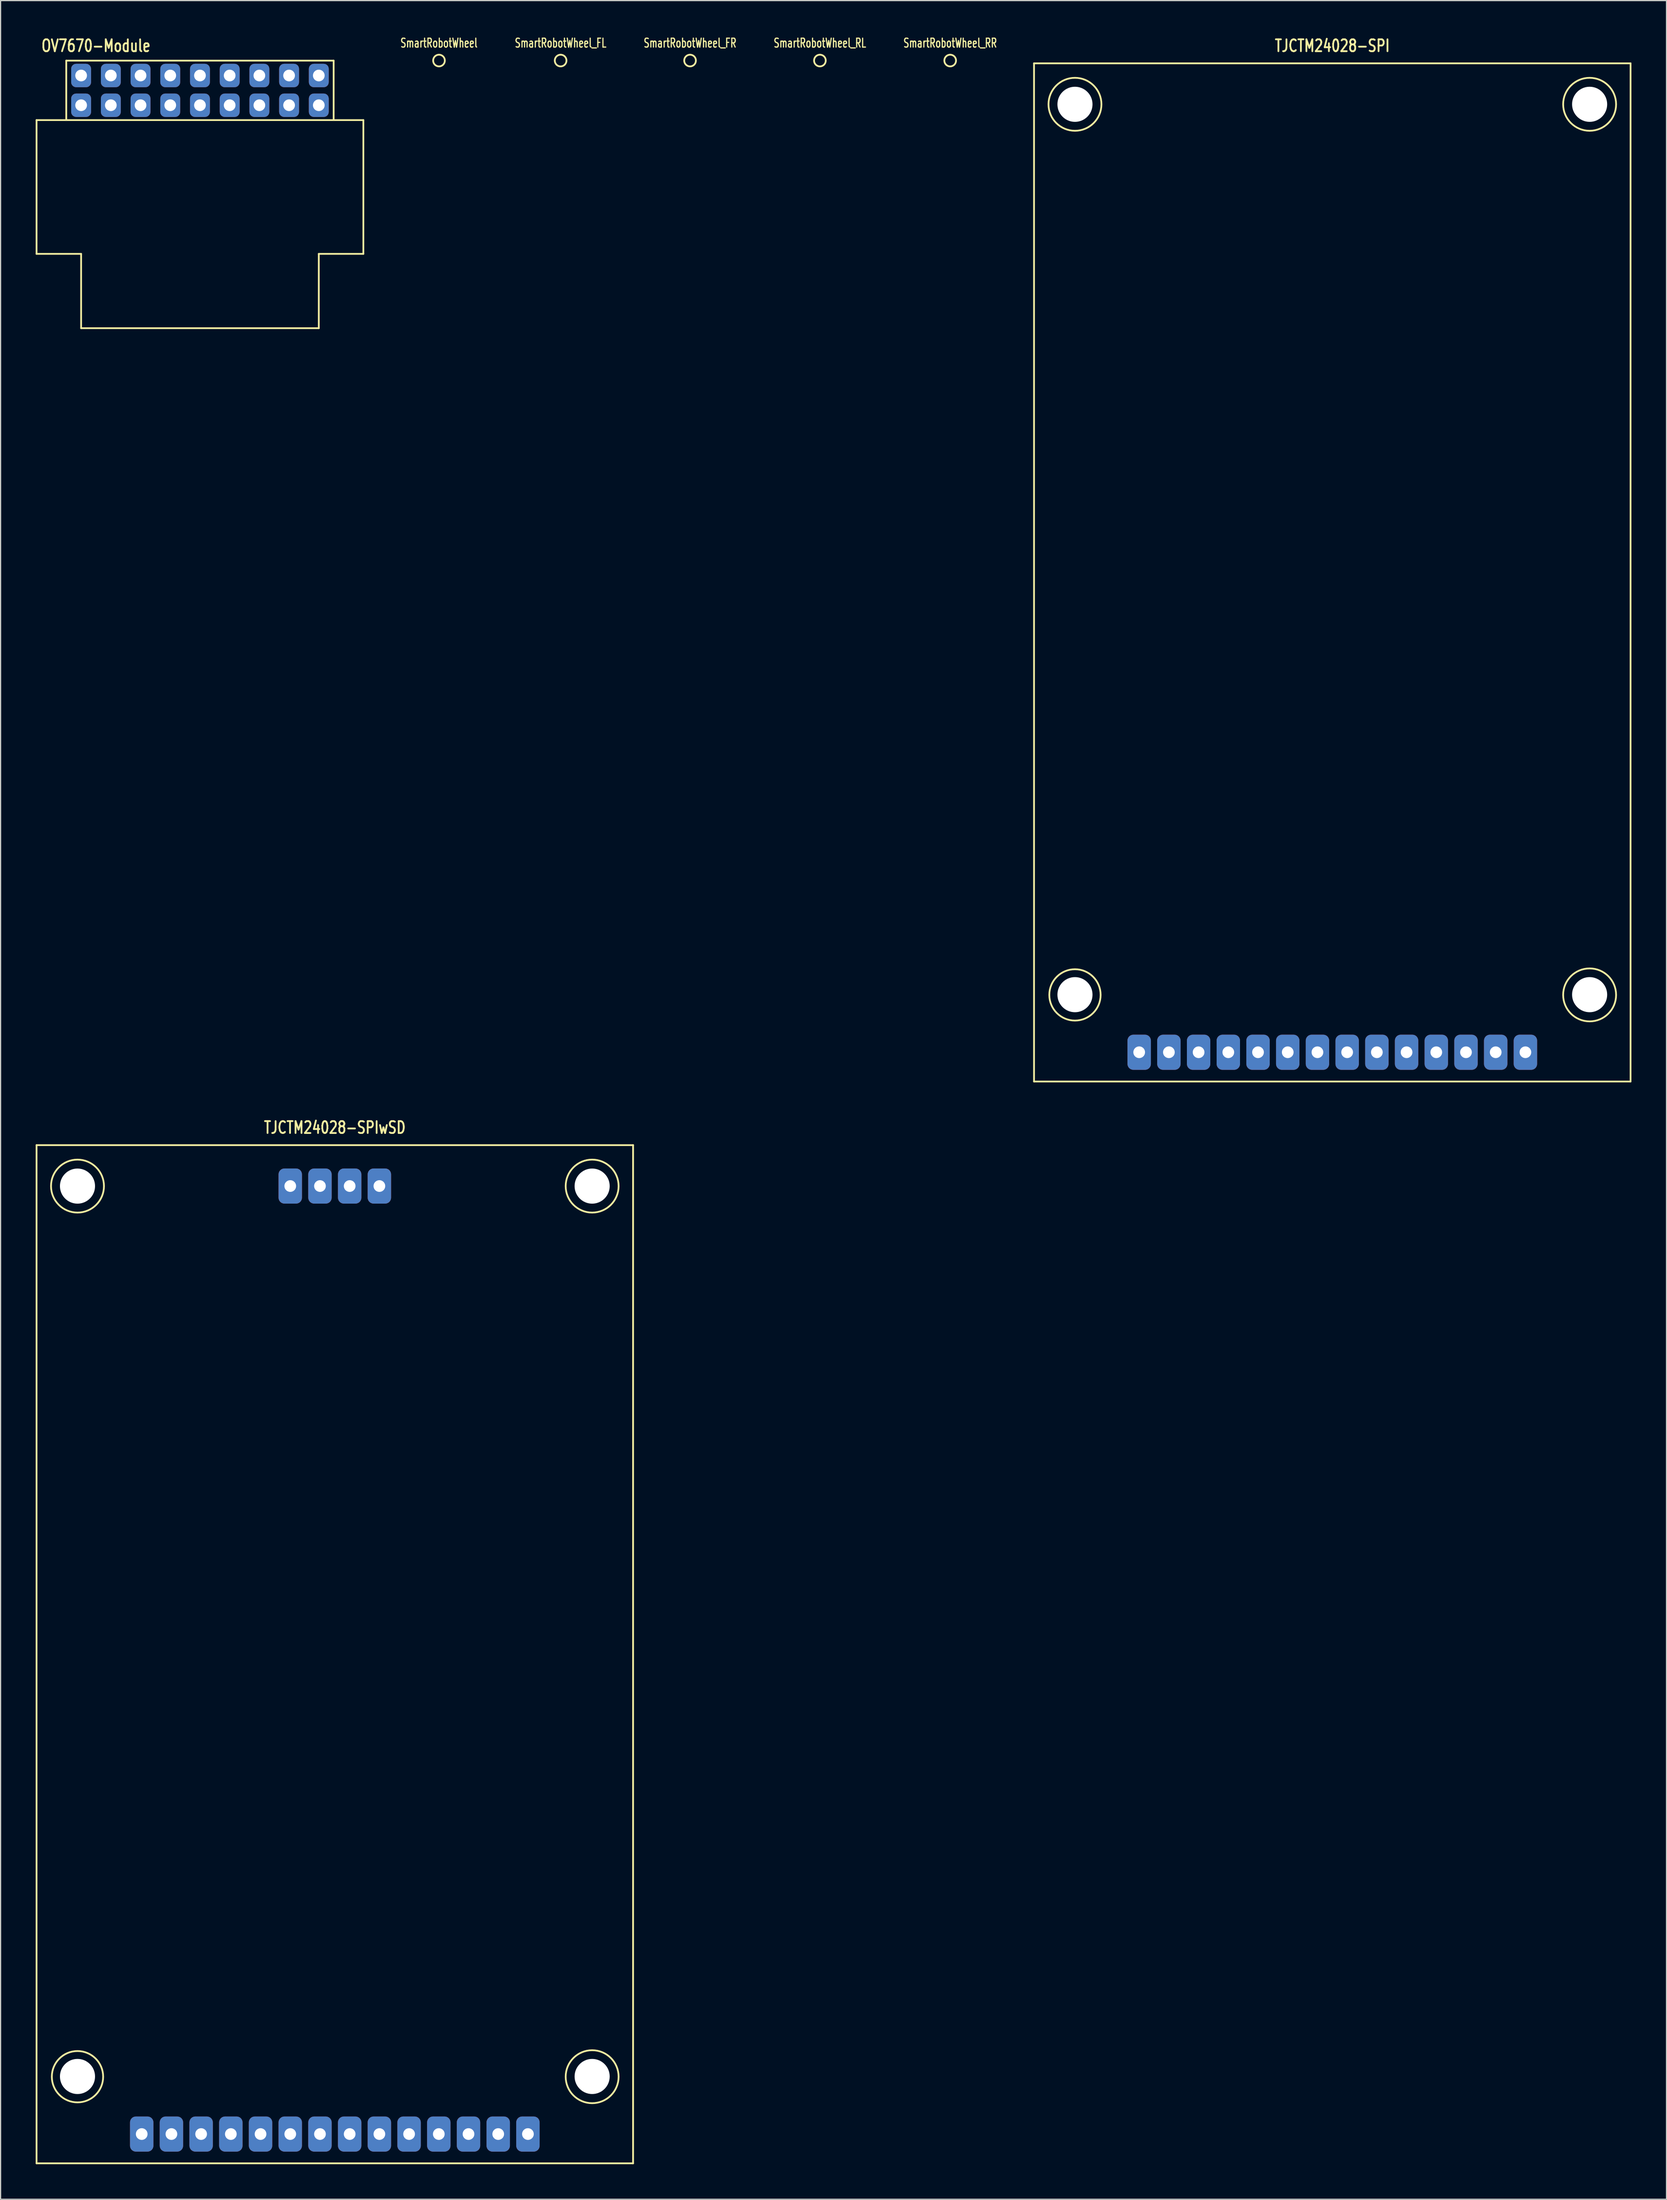
<source format=kicad_pcb>
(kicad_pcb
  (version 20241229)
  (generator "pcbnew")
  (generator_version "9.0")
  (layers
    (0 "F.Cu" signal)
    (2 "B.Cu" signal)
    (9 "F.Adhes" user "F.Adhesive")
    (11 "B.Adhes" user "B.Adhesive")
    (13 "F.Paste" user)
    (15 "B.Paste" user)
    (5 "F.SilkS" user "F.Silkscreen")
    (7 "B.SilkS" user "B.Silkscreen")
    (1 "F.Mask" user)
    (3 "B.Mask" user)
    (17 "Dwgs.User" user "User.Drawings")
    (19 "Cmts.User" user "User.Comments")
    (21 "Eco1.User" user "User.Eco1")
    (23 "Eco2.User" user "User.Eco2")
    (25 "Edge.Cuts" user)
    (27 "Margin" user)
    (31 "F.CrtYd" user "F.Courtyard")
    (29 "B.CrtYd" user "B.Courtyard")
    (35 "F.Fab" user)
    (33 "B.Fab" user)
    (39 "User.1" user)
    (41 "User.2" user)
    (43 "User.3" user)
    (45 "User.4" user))
  (footprint "SmartRobotWheel_RR"
    (layer "F.Cu")
    (at 78.186 2.124)
    (property "Reference" "SmartRobotWheel_RR" (at 0 -1.5 0) (layer "F.SilkS") (effects (font (size 0.762 0.508) (thickness 0.102))))
    (attr through_hole)
    (fp_circle (center 0 0) (end 0.5 0) (stroke (width 0.15) (type solid)) (fill no) (layer "F.SilkS")))
  (footprint "SmartRobotWheel_FR"
    (layer "F.Cu")
    (at 55.946 2.124)
    (property "Reference" "SmartRobotWheel_FR" (at 0 -1.5 0) (layer "F.SilkS") (effects (font (size 0.762 0.508) (thickness 0.102))))
    (attr through_hole)
    (fp_circle (center 0 0) (end 0.5 0) (stroke (width 0.15) (type solid)) (fill no) (layer "F.SilkS")))
  (footprint "TJCTM24028-SPIwSD"
    (layer "F.Cu")
    (at 25.575 138.299)
    (property "Reference" "TJCTM24028-SPIwSD" (at 0 -45 0) (layer "F.SilkS") (effects (font (size 1.016 0.762) (thickness 0.152))))
    (attr through_hole)
    (fp_line (start -25.5 -43.5) (end 25.5 -43.5) (stroke (width 0.15) (type solid)) (layer "F.SilkS"))
    (fp_line (start -25.5 43.5) (end -25.5 -43.5) (stroke (width 0.15) (type solid)) (layer "F.SilkS"))
    (fp_line (start 25.5 -43.5) (end 25.5 43.5) (stroke (width 0.15) (type solid)) (layer "F.SilkS"))
    (fp_line (start 25.5 43.5) (end -25.5 43.5) (stroke (width 0.15) (type solid)) (layer "F.SilkS"))
    (fp_circle (center -22 -40) (end -20.4 -41.6) (stroke (width 0.15) (type solid)) (fill no) (layer "F.SilkS"))
    (fp_circle (center -22 36.1) (end -20.5 34.5) (stroke (width 0.15) (type solid)) (fill no) (layer "F.SilkS"))
    (fp_circle (center 22 -40) (end 23.6 -41.6) (stroke (width 0.15) (type solid)) (fill no) (layer "F.SilkS"))
    (fp_circle (center 22 36.1) (end 23.6 34.5) (stroke (width 0.15) (type solid)) (fill no) (layer "F.SilkS"))
    (fp_line (start -25 -43) (end 25 -43) (stroke (width 0.15) (type solid)) (layer "Margin"))
    (fp_line (start -25 -36.6) (end 25 -36.6) (stroke (width 0.15) (type solid)) (layer "Margin"))
    (fp_line (start -25 32.6) (end 25 32.6) (stroke (width 0.15) (type solid)) (layer "Margin"))
    (fp_line (start -25 43) (end -25 -43) (stroke (width 0.15) (type solid)) (layer "Margin"))
    (fp_line (start 25 -43) (end 25 43) (stroke (width 0.15) (type solid)) (layer "Margin"))
    (fp_line (start 25 43) (end -25 43) (stroke (width 0.15) (type solid)) (layer "Margin"))
    (pad "" np_thru_hole circle (at -22 -40) (size 3 3) (drill 3) (layers "*.Cu" "*.Mask"))
    (pad "" np_thru_hole circle (at -22 36.08) (size 3 3) (drill 3) (layers "*.Cu" "*.Mask"))
    (pad "" np_thru_hole circle (at 22 -40) (size 3 3) (drill 3) (layers "*.Cu" "*.Mask"))
    (pad "" np_thru_hole circle (at 22 36.08) (size 3 3) (drill 3) (layers "*.Cu" "*.Mask"))
    (pad "1" thru_hole roundrect (at -16.51 41) (size 2 3) (drill 1) (layers "*.Cu" "*.Mask") (roundrect_rratio 0.25))
    (pad "2" thru_hole roundrect (at -13.97 41) (size 2 3) (drill 1) (layers "*.Cu" "*.Mask") (roundrect_rratio 0.25))
    (pad "3" thru_hole roundrect (at -11.43 41) (size 2 3) (drill 1) (layers "*.Cu" "*.Mask") (roundrect_rratio 0.25))
    (pad "4" thru_hole roundrect (at -8.89 41) (size 2 3) (drill 1) (layers "*.Cu" "*.Mask") (roundrect_rratio 0.25))
    (pad "5" thru_hole roundrect (at -6.35 41) (size 2 3) (drill 1) (layers "*.Cu" "*.Mask") (roundrect_rratio 0.25))
    (pad "6" thru_hole roundrect (at -3.81 41) (size 2 3) (drill 1) (layers "*.Cu" "*.Mask") (roundrect_rratio 0.25))
    (pad "7" thru_hole roundrect (at -1.27 41) (size 2 3) (drill 1) (layers "*.Cu" "*.Mask") (roundrect_rratio 0.25))
    (pad "8" thru_hole roundrect (at 1.27 41) (size 2 3) (drill 1) (layers "*.Cu" "*.Mask") (roundrect_rratio 0.25))
    (pad "9" thru_hole roundrect (at 3.81 41) (size 2 3) (drill 1) (layers "*.Cu" "*.Mask") (roundrect_rratio 0.25))
    (pad "10" thru_hole roundrect (at 6.35 41) (size 2 3) (drill 1) (layers "*.Cu" "*.Mask") (roundrect_rratio 0.25))
    (pad "11" thru_hole roundrect (at 8.89 41) (size 2 3) (drill 1) (layers "*.Cu" "*.Mask") (roundrect_rratio 0.25))
    (pad "12" thru_hole roundrect (at 11.43 41) (size 2 3) (drill 1) (layers "*.Cu" "*.Mask") (roundrect_rratio 0.25))
    (pad "13" thru_hole roundrect (at 13.97 41) (size 2 3) (drill 1) (layers "*.Cu" "*.Mask") (roundrect_rratio 0.25))
    (pad "14" thru_hole roundrect (at 16.51 41) (size 2 3) (drill 1) (layers "*.Cu" "*.Mask") (roundrect_rratio 0.25))
    (pad "15" thru_hole roundrect (at 3.81 -40.005) (size 2 3) (drill 1) (layers "*.Cu" "*.Mask") (roundrect_rratio 0.25))
    (pad "16" thru_hole roundrect (at 1.27 -40.005) (size 2 3) (drill 1) (layers "*.Cu" "*.Mask") (roundrect_rratio 0.25))
    (pad "17" thru_hole roundrect (at -1.27 -40.005) (size 2 3) (drill 1) (layers "*.Cu" "*.Mask") (roundrect_rratio 0.25))
    (pad "18" thru_hole roundrect (at -3.81 -40.005) (size 2 3) (drill 1) (layers "*.Cu" "*.Mask") (roundrect_rratio 0.25)))
  (footprint "SmartRobotWheel"
    (layer "F.Cu")
    (at 34.482 2.124)
    (property "Reference" "SmartRobotWheel" (at 0 -1.5 0) (layer "F.SilkS") (effects (font (size 0.762 0.508) (thickness 0.102))))
    (attr through_hole)
    (fp_circle (center 0 0) (end 0.5 0) (stroke (width 0.15) (type solid)) (fill no) (layer "F.SilkS")))
  (footprint "SmartRobotWheel_FL"
    (layer "F.Cu")
    (at 44.881 2.124)
    (property "Reference" "SmartRobotWheel_FL" (at 0 -1.5 0) (layer "F.SilkS") (effects (font (size 0.762 0.508) (thickness 0.102))))
    (attr through_hole)
    (fp_circle (center 0 0) (end 0.5 0) (stroke (width 0.15) (type solid)) (fill no) (layer "F.SilkS")))
  (footprint "OV7670-Module"
    (layer "F.Cu")
    (at 14.045 4.672)
    (property "Reference" "OV7670-Module" (at -8.89 -3.81 0) (layer "F.SilkS") (effects (font (size 1.016 0.762) (thickness 0.152))))
    (attr through_hole)
    (fp_line (start -13.97 13.97) (end -13.97 2.54) (stroke (width 0.15) (type solid)) (layer "F.SilkS"))
    (fp_line (start -13.97 13.97) (end -10.16 13.97) (stroke (width 0.15) (type solid)) (layer "F.SilkS"))
    (fp_line (start -11.43 -2.54) (end -11.43 2.54) (stroke (width 0.15) (type solid)) (layer "F.SilkS"))
    (fp_line (start -11.43 2.54) (end -13.97 2.54) (stroke (width 0.15) (type solid)) (layer "F.SilkS"))
    (fp_line (start -11.43 2.54) (end 11.43 2.54) (stroke (width 0.15) (type solid)) (layer "F.SilkS"))
    (fp_line (start -10.16 13.97) (end -10.16 20.32) (stroke (width 0.15) (type solid)) (layer "F.SilkS"))
    (fp_line (start -10.16 20.32) (end 10.16 20.32) (stroke (width 0.15) (type solid)) (layer "F.SilkS"))
    (fp_line (start 10.16 13.97) (end 13.97 13.97) (stroke (width 0.15) (type solid)) (layer "F.SilkS"))
    (fp_line (start 10.16 20.32) (end 10.16 13.97) (stroke (width 0.15) (type solid)) (layer "F.SilkS"))
    (fp_line (start 11.43 -2.54) (end -11.43 -2.54) (stroke (width 0.15) (type solid)) (layer "F.SilkS"))
    (fp_line (start 11.43 2.54) (end 11.43 -2.54) (stroke (width 0.15) (type solid)) (layer "F.SilkS"))
    (fp_line (start 11.43 2.54) (end 13.97 2.54) (stroke (width 0.15) (type solid)) (layer "F.SilkS"))
    (fp_line (start 13.97 13.97) (end 13.97 2.54) (stroke (width 0.15) (type solid)) (layer "F.SilkS"))
    (pad "1" thru_hole roundrect (at -10.16 -1.27) (size 1.7 2) (drill 1) (layers "*.Cu" "*.Mask") (roundrect_rratio 0.25))
    (pad "2" thru_hole roundrect (at -10.16 1.27) (size 1.7 2) (drill 1) (layers "*.Cu" "*.Mask") (roundrect_rratio 0.25))
    (pad "3" thru_hole roundrect (at -7.62 -1.27) (size 1.7 2) (drill 1) (layers "*.Cu" "*.Mask") (roundrect_rratio 0.25))
    (pad "4" thru_hole roundrect (at -7.62 1.27) (size 1.7 2) (drill 1) (layers "*.Cu" "*.Mask") (roundrect_rratio 0.25))
    (pad "5" thru_hole roundrect (at -5.08 -1.27) (size 1.7 2) (drill 1) (layers "*.Cu" "*.Mask") (roundrect_rratio 0.25))
    (pad "6" thru_hole roundrect (at -5.08 1.27) (size 1.7 2) (drill 1) (layers "*.Cu" "*.Mask") (roundrect_rratio 0.25))
    (pad "7" thru_hole roundrect (at -2.54 -1.27) (size 1.7 2) (drill 1) (layers "*.Cu" "*.Mask") (roundrect_rratio 0.25))
    (pad "8" thru_hole roundrect (at -2.54 1.27) (size 1.7 2) (drill 1) (layers "*.Cu" "*.Mask") (roundrect_rratio 0.25))
    (pad "9" thru_hole roundrect (at 0 -1.27) (size 1.7 2) (drill 1) (layers "*.Cu" "*.Mask") (roundrect_rratio 0.25))
    (pad "10" thru_hole roundrect (at 0 1.27) (size 1.7 2) (drill 1) (layers "*.Cu" "*.Mask") (roundrect_rratio 0.25))
    (pad "11" thru_hole roundrect (at 2.54 -1.27) (size 1.7 2) (drill 1) (layers "*.Cu" "*.Mask") (roundrect_rratio 0.25))
    (pad "12" thru_hole roundrect (at 2.54 1.27) (size 1.7 2) (drill 1) (layers "*.Cu" "*.Mask") (roundrect_rratio 0.25))
    (pad "13" thru_hole roundrect (at 5.08 -1.27) (size 1.7 2) (drill 1) (layers "*.Cu" "*.Mask") (roundrect_rratio 0.25))
    (pad "14" thru_hole roundrect (at 5.08 1.27) (size 1.7 2) (drill 1) (layers "*.Cu" "*.Mask") (roundrect_rratio 0.25))
    (pad "15" thru_hole roundrect (at 7.62 -1.27) (size 1.7 2) (drill 1) (layers "*.Cu" "*.Mask") (roundrect_rratio 0.25))
    (pad "16" thru_hole roundrect (at 7.62 1.27) (size 1.7 2) (drill 1) (layers "*.Cu" "*.Mask") (roundrect_rratio 0.25))
    (pad "17" thru_hole roundrect (at 10.16 -1.27) (size 1.7 2) (drill 1) (layers "*.Cu" "*.Mask") (roundrect_rratio 0.25))
    (pad "18" thru_hole roundrect (at 10.16 1.27) (size 1.7 2) (drill 1) (layers "*.Cu" "*.Mask") (roundrect_rratio 0.25)))
  (footprint "SmartRobotWheel_RL"
    (layer "F.Cu")
    (at 67.048 2.124)
    (property "Reference" "SmartRobotWheel_RL" (at 0 -1.5 0) (layer "F.SilkS") (effects (font (size 0.762 0.508) (thickness 0.102))))
    (attr through_hole)
    (fp_circle (center 0 0) (end 0.5 0) (stroke (width 0.15) (type solid)) (fill no) (layer "F.SilkS")))
  (footprint "TJCTM24028-SPI"
    (layer "F.Cu")
    (at 110.854 45.862)
    (property "Reference" "TJCTM24028-SPI" (at 0 -45 0) (layer "F.SilkS") (effects (font (size 1.016 0.762) (thickness 0.152))))
    (attr exclude_from_pos_files exclude_from_bom)
    (fp_line (start -25.5 -43.5) (end 25.5 -43.5) (stroke (width 0.15) (type solid)) (layer "F.SilkS"))
    (fp_line (start -25.5 43.5) (end -25.5 -43.5) (stroke (width 0.15) (type solid)) (layer "F.SilkS"))
    (fp_line (start 25.5 -43.5) (end 25.5 43.5) (stroke (width 0.15) (type solid)) (layer "F.SilkS"))
    (fp_line (start 25.5 43.5) (end -25.5 43.5) (stroke (width 0.15) (type solid)) (layer "F.SilkS"))
    (fp_circle (center -22 -40) (end -20.4 -41.6) (stroke (width 0.15) (type solid)) (fill no) (layer "F.SilkS"))
    (fp_circle (center -22 36.1) (end -20.5 34.5) (stroke (width 0.15) (type solid)) (fill no) (layer "F.SilkS"))
    (fp_circle (center 22 -40) (end 23.6 -41.6) (stroke (width 0.15) (type solid)) (fill no) (layer "F.SilkS"))
    (fp_circle (center 22 36.1) (end 23.6 34.5) (stroke (width 0.15) (type solid)) (fill no) (layer "F.SilkS"))
    (fp_line (start -25 -43) (end 25 -43) (stroke (width 0.15) (type solid)) (layer "Margin"))
    (fp_line (start -25 -36.6) (end 25 -36.6) (stroke (width 0.15) (type solid)) (layer "Margin"))
    (fp_line (start -25 32.6) (end 25 32.6) (stroke (width 0.15) (type solid)) (layer "Margin"))
    (fp_line (start -25 43) (end -25 -43) (stroke (width 0.15) (type solid)) (layer "Margin"))
    (fp_line (start 25 -43) (end 25 43) (stroke (width 0.15) (type solid)) (layer "Margin"))
    (fp_line (start 25 43) (end -25 43) (stroke (width 0.15) (type solid)) (layer "Margin"))
    (pad "" np_thru_hole circle (at -22 -40) (size 3 3) (drill 3) (layers "*.Cu" "*.Mask"))
    (pad "" np_thru_hole circle (at -22 36.08) (size 3 3) (drill 3) (layers "*.Cu" "*.Mask"))
    (pad "" np_thru_hole circle (at 22 -40) (size 3 3) (drill 3) (layers "*.Cu" "*.Mask"))
    (pad "" np_thru_hole circle (at 22 36.08) (size 3 3) (drill 3) (layers "*.Cu" "*.Mask"))
    (pad "1" thru_hole roundrect (at -16.51 41) (size 2 3) (drill 1) (layers "*.Cu" "*.Mask") (roundrect_rratio 0.25))
    (pad "2" thru_hole roundrect (at -13.97 41) (size 2 3) (drill 1) (layers "*.Cu" "*.Mask") (roundrect_rratio 0.25))
    (pad "3" thru_hole roundrect (at -11.43 41) (size 2 3) (drill 1) (layers "*.Cu" "*.Mask") (roundrect_rratio 0.25))
    (pad "4" thru_hole roundrect (at -8.89 41) (size 2 3) (drill 1) (layers "*.Cu" "*.Mask") (roundrect_rratio 0.25))
    (pad "5" thru_hole roundrect (at -6.35 41) (size 2 3) (drill 1) (layers "*.Cu" "*.Mask") (roundrect_rratio 0.25))
    (pad "6" thru_hole roundrect (at -3.81 41) (size 2 3) (drill 1) (layers "*.Cu" "*.Mask") (roundrect_rratio 0.25))
    (pad "7" thru_hole roundrect (at -1.27 41) (size 2 3) (drill 1) (layers "*.Cu" "*.Mask") (roundrect_rratio 0.25))
    (pad "8" thru_hole roundrect (at 1.27 41) (size 2 3) (drill 1) (layers "*.Cu" "*.Mask") (roundrect_rratio 0.25))
    (pad "9" thru_hole roundrect (at 3.81 41) (size 2 3) (drill 1) (layers "*.Cu" "*.Mask") (roundrect_rratio 0.25))
    (pad "10" thru_hole roundrect (at 6.35 41) (size 2 3) (drill 1) (layers "*.Cu" "*.Mask") (roundrect_rratio 0.25))
    (pad "11" thru_hole roundrect (at 8.89 41) (size 2 3) (drill 1) (layers "*.Cu" "*.Mask") (roundrect_rratio 0.25))
    (pad "12" thru_hole roundrect (at 11.43 41) (size 2 3) (drill 1) (layers "*.Cu" "*.Mask") (roundrect_rratio 0.25))
    (pad "13" thru_hole roundrect (at 13.97 41) (size 2 3) (drill 1) (layers "*.Cu" "*.Mask") (roundrect_rratio 0.25))
    (pad "14" thru_hole roundrect (at 16.51 41) (size 2 3) (drill 1) (layers "*.Cu" "*.Mask") (roundrect_rratio 0.25)))
  (gr_rect
    (start -3 -3)
    (end 139.429 184.874)
    (stroke (width 0.1) (type default))
    (fill no)
    (layer "Edge.Cuts")))
</source>
